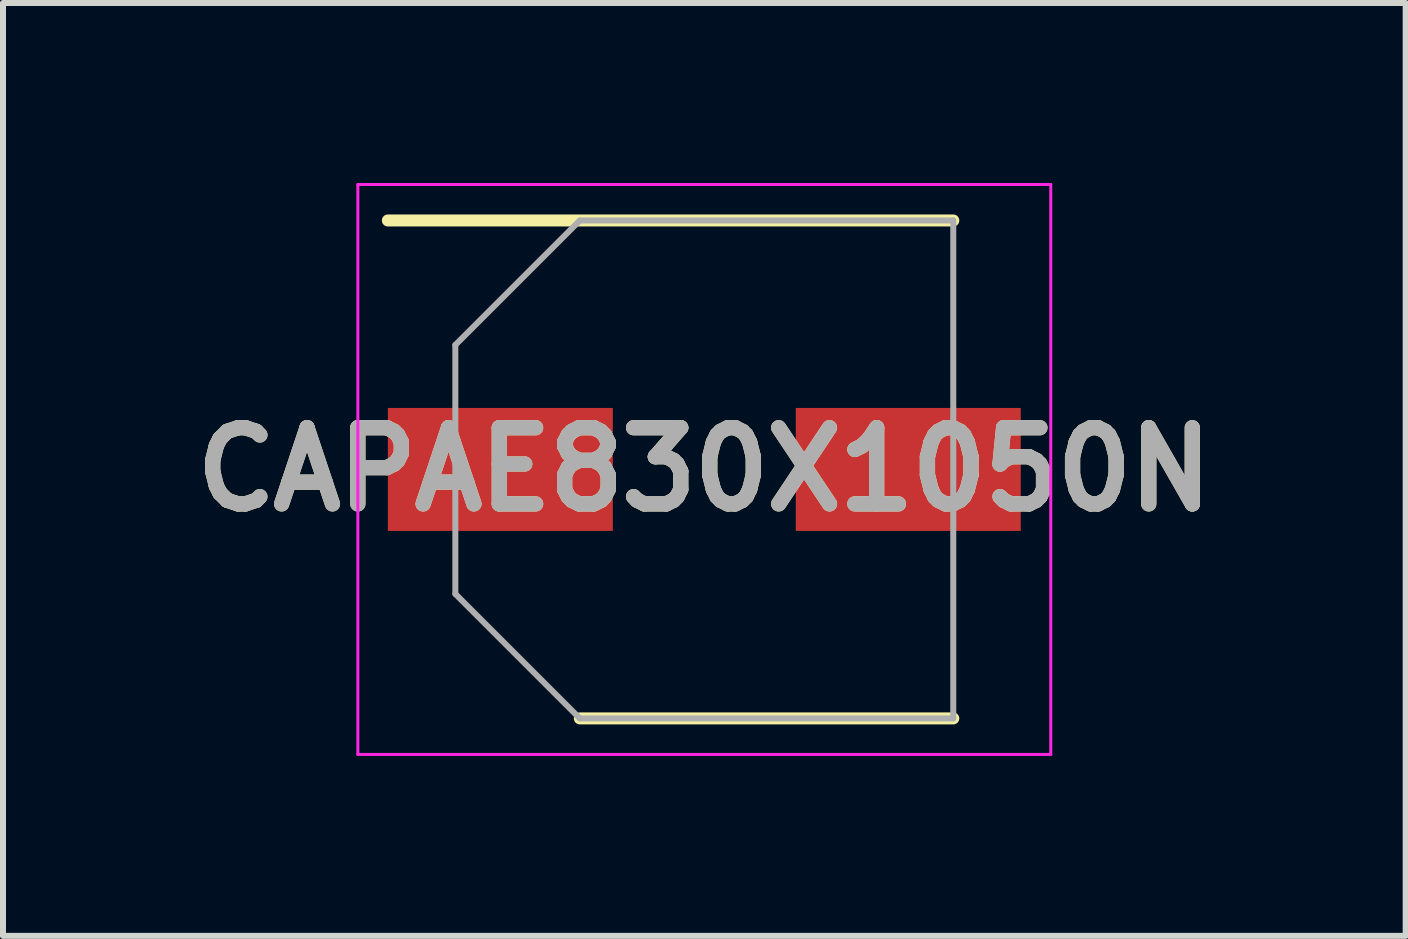
<source format=kicad_pcb>
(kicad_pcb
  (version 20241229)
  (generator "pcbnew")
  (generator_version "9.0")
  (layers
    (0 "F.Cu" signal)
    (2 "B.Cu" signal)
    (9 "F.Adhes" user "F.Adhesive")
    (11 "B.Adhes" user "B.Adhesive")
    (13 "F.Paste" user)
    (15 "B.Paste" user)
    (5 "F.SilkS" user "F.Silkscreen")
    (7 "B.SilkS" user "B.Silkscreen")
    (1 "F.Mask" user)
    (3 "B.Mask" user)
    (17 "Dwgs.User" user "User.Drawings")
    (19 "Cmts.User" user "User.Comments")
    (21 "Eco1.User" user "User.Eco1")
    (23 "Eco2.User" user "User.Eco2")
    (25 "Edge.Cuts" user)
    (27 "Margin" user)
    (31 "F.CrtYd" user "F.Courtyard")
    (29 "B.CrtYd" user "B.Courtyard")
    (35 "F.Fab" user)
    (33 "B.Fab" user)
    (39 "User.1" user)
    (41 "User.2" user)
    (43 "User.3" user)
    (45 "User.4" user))
  (footprint "CAPAE830X1050N"
    (layer "F.Cu")
    (at 8.69 4.775)
    (property "Reference" "CAPAE830X1050N" (at 0 0 0) (layer "F.SilkS") (effects (font (size 1.27 1.27) (thickness 0.254))))
    (attr smd)
    (fp_line (start -5.275 -4.15) (end 4.15 -4.15) (stroke (width 0.2) (type solid)) (layer "F.SilkS"))
    (fp_line (start -2.075 4.15) (end 4.15 4.15) (stroke (width 0.2) (type solid)) (layer "F.SilkS"))
    (fp_line (start -5.775 -4.75) (end 5.775 -4.75) (stroke (width 0.05) (type solid)) (layer "F.CrtYd"))
    (fp_line (start -5.775 4.75) (end -5.775 -4.75) (stroke (width 0.05) (type solid)) (layer "F.CrtYd"))
    (fp_line (start 5.775 -4.75) (end 5.775 4.75) (stroke (width 0.05) (type solid)) (layer "F.CrtYd"))
    (fp_line (start 5.775 4.75) (end -5.775 4.75) (stroke (width 0.05) (type solid)) (layer "F.CrtYd"))
    (fp_line (start -4.15 -2.075) (end -4.15 2.075) (stroke (width 0.1) (type solid)) (layer "F.Fab"))
    (fp_line (start -4.15 2.075) (end -2.075 4.15) (stroke (width 0.1) (type solid)) (layer "F.Fab"))
    (fp_line (start -2.075 -4.15) (end -4.15 -2.075) (stroke (width 0.1) (type solid)) (layer "F.Fab"))
    (fp_line (start -2.075 4.15) (end 4.15 4.15) (stroke (width 0.1) (type solid)) (layer "F.Fab"))
    (fp_line (start 4.15 -4.15) (end -2.075 -4.15) (stroke (width 0.1) (type solid)) (layer "F.Fab"))
    (fp_line (start 4.15 4.15) (end 4.15 -4.15) (stroke (width 0.1) (type solid)) (layer "F.Fab"))
    (fp_text user "${REFERENCE}" (at 0 0 0) (layer "F.Fab") (effects (font (size 1.27 1.27) (thickness 0.254))))
    (pad "1" smd rect (at -3.4 0 90) (size 2.05 3.75) (layers "F.Cu" "F.Mask" "F.Paste"))
    (pad "2" smd rect (at 3.4 0 90) (size 2.05 3.75) (layers "F.Cu" "F.Mask" "F.Paste")))
  (gr_rect
    (start -3 -3)
    (end 20.381 12.55)
    (stroke (width 0.1) (type default))
    (fill no)
    (layer "Edge.Cuts")))
</source>
